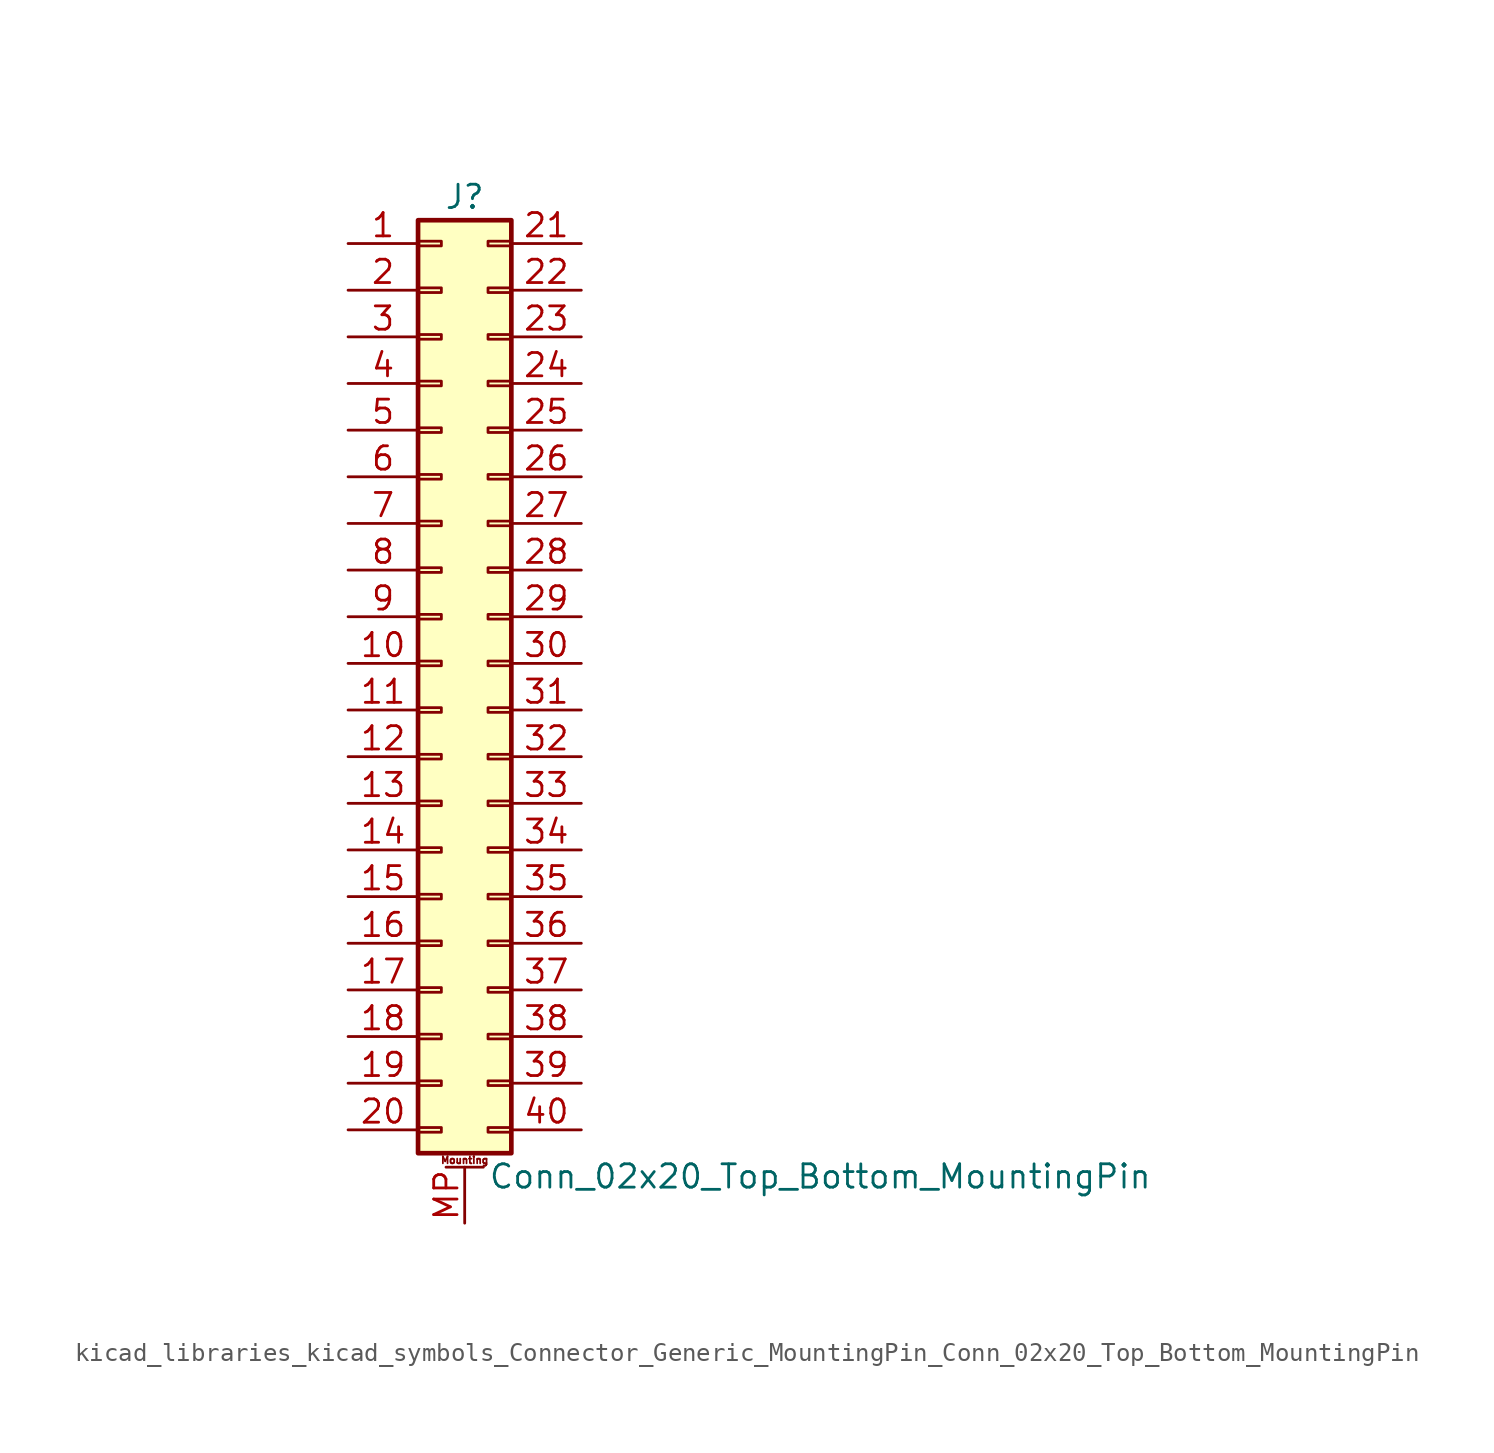
<source format=kicad_sym>
(kicad_symbol_lib
  (version 20220914)
  (generator kicad_symbol_editor)
  (symbol "kicad_libraries_kicad_symbols_Connector_Generic_MountingPin_Conn_02x20_Top_Bottom_MountingPin"
    (pin_names
      (offset 1.016) hide)
    (property "Reference" "J"
      (at 1.27 25.4 0)
      (effects (font (size 1.27 1.27))))
    (property "Value" "Conn_02x20_Top_Bottom_MountingPin"
      (at 2.54 -27.94 0)
      (effects (font (size 1.27 1.27)) (justify left)))
    (symbol "kicad_libraries_kicad_symbols_Connector_Generic_MountingPin_Conn_02x20_Top_Bottom_MountingPin_1_1"
      (rectangle (start -1.27 -25.273) (end 0 -25.527) (stroke (width 0.152) (type default)) (fill (type none)))
      (rectangle (start -1.27 -22.733) (end 0 -22.987) (stroke (width 0.152) (type default)) (fill (type none)))
      (rectangle (start -1.27 -20.193) (end 0 -20.447) (stroke (width 0.152) (type default)) (fill (type none)))
      (rectangle (start -1.27 -17.653) (end 0 -17.907) (stroke (width 0.152) (type default)) (fill (type none)))
      (rectangle (start -1.27 -15.113) (end 0 -15.367) (stroke (width 0.152) (type default)) (fill (type none)))
      (rectangle (start -1.27 -12.573) (end 0 -12.827) (stroke (width 0.152) (type default)) (fill (type none)))
      (rectangle (start -1.27 -10.033) (end 0 -10.287) (stroke (width 0.152) (type default)) (fill (type none)))
      (rectangle (start -1.27 -7.493) (end 0 -7.747) (stroke (width 0.152) (type default)) (fill (type none)))
      (rectangle (start -1.27 -4.953) (end 0 -5.207) (stroke (width 0.152) (type default)) (fill (type none)))
      (rectangle (start -1.27 -2.413) (end 0 -2.667) (stroke (width 0.152) (type default)) (fill (type none)))
      (rectangle (start -1.27 0.127) (end 0 -0.127) (stroke (width 0.152) (type default)) (fill (type none)))
      (rectangle (start -1.27 2.667) (end 0 2.413) (stroke (width 0.152) (type default)) (fill (type none)))
      (rectangle (start -1.27 5.207) (end 0 4.953) (stroke (width 0.152) (type default)) (fill (type none)))
      (rectangle (start -1.27 7.747) (end 0 7.493) (stroke (width 0.152) (type default)) (fill (type none)))
      (rectangle (start -1.27 10.287) (end 0 10.033) (stroke (width 0.152) (type default)) (fill (type none)))
      (rectangle (start -1.27 12.827) (end 0 12.573) (stroke (width 0.152) (type default)) (fill (type none)))
      (rectangle (start -1.27 15.367) (end 0 15.113) (stroke (width 0.152) (type default)) (fill (type none)))
      (rectangle (start -1.27 17.907) (end 0 17.653) (stroke (width 0.152) (type default)) (fill (type none)))
      (rectangle (start -1.27 20.447) (end 0 20.193) (stroke (width 0.152) (type default)) (fill (type none)))
      (rectangle (start -1.27 22.987) (end 0 22.733) (stroke (width 0.152) (type default)) (fill (type none)))
      (rectangle (start -1.27 24.13) (end 3.81 -26.67) (stroke (width 0.254) (type default)) (fill (type background)))
      (polyline (pts (xy 0.254 -27.432) (xy 2.286 -27.432)) (stroke (width 0.152) (type default)) (fill (type none)))
      (rectangle (start 3.81 -25.273) (end 2.54 -25.527) (stroke (width 0.152) (type default)) (fill (type none)))
      (rectangle (start 3.81 -22.733) (end 2.54 -22.987) (stroke (width 0.152) (type default)) (fill (type none)))
      (rectangle (start 3.81 -20.193) (end 2.54 -20.447) (stroke (width 0.152) (type default)) (fill (type none)))
      (rectangle (start 3.81 -17.653) (end 2.54 -17.907) (stroke (width 0.152) (type default)) (fill (type none)))
      (rectangle (start 3.81 -15.113) (end 2.54 -15.367) (stroke (width 0.152) (type default)) (fill (type none)))
      (rectangle (start 3.81 -12.573) (end 2.54 -12.827) (stroke (width 0.152) (type default)) (fill (type none)))
      (rectangle (start 3.81 -10.033) (end 2.54 -10.287) (stroke (width 0.152) (type default)) (fill (type none)))
      (rectangle (start 3.81 -7.493) (end 2.54 -7.747) (stroke (width 0.152) (type default)) (fill (type none)))
      (rectangle (start 3.81 -4.953) (end 2.54 -5.207) (stroke (width 0.152) (type default)) (fill (type none)))
      (rectangle (start 3.81 -2.413) (end 2.54 -2.667) (stroke (width 0.152) (type default)) (fill (type none)))
      (rectangle (start 3.81 0.127) (end 2.54 -0.127) (stroke (width 0.152) (type default)) (fill (type none)))
      (rectangle (start 3.81 2.667) (end 2.54 2.413) (stroke (width 0.152) (type default)) (fill (type none)))
      (rectangle (start 3.81 5.207) (end 2.54 4.953) (stroke (width 0.152) (type default)) (fill (type none)))
      (rectangle (start 3.81 7.747) (end 2.54 7.493) (stroke (width 0.152) (type default)) (fill (type none)))
      (rectangle (start 3.81 10.287) (end 2.54 10.033) (stroke (width 0.152) (type default)) (fill (type none)))
      (rectangle (start 3.81 12.827) (end 2.54 12.573) (stroke (width 0.152) (type default)) (fill (type none)))
      (rectangle (start 3.81 15.367) (end 2.54 15.113) (stroke (width 0.152) (type default)) (fill (type none)))
      (rectangle (start 3.81 17.907) (end 2.54 17.653) (stroke (width 0.152) (type default)) (fill (type none)))
      (rectangle (start 3.81 20.447) (end 2.54 20.193) (stroke (width 0.152) (type default)) (fill (type none)))
      (rectangle (start 3.81 22.987) (end 2.54 22.733) (stroke (width 0.152) (type default)) (fill (type none)))
      (text "Mounting" (at 1.27 -27.051 0) (effects (font (size 0.381 0.381))))
      (pin passive line (at -5.08 22.86 0) (length 3.81) (name "Pin_1" (effects (font (size 1.27 1.27)))) (number "1" (effects (font (size 1.27 1.27)))))
      (pin passive line (at -5.08 0 0) (length 3.81) (name "Pin_10" (effects (font (size 1.27 1.27)))) (number "10" (effects (font (size 1.27 1.27)))))
      (pin passive line (at -5.08 -2.54 0) (length 3.81) (name "Pin_11" (effects (font (size 1.27 1.27)))) (number "11" (effects (font (size 1.27 1.27)))))
      (pin passive line (at -5.08 -5.08 0) (length 3.81) (name "Pin_12" (effects (font (size 1.27 1.27)))) (number "12" (effects (font (size 1.27 1.27)))))
      (pin passive line (at -5.08 -7.62 0) (length 3.81) (name "Pin_13" (effects (font (size 1.27 1.27)))) (number "13" (effects (font (size 1.27 1.27)))))
      (pin passive line (at -5.08 -10.16 0) (length 3.81) (name "Pin_14" (effects (font (size 1.27 1.27)))) (number "14" (effects (font (size 1.27 1.27)))))
      (pin passive line (at -5.08 -12.7 0) (length 3.81) (name "Pin_15" (effects (font (size 1.27 1.27)))) (number "15" (effects (font (size 1.27 1.27)))))
      (pin passive line (at -5.08 -15.24 0) (length 3.81) (name "Pin_16" (effects (font (size 1.27 1.27)))) (number "16" (effects (font (size 1.27 1.27)))))
      (pin passive line (at -5.08 -17.78 0) (length 3.81) (name "Pin_17" (effects (font (size 1.27 1.27)))) (number "17" (effects (font (size 1.27 1.27)))))
      (pin passive line (at -5.08 -20.32 0) (length 3.81) (name "Pin_18" (effects (font (size 1.27 1.27)))) (number "18" (effects (font (size 1.27 1.27)))))
      (pin passive line (at -5.08 -22.86 0) (length 3.81) (name "Pin_19" (effects (font (size 1.27 1.27)))) (number "19" (effects (font (size 1.27 1.27)))))
      (pin passive line (at -5.08 20.32 0) (length 3.81) (name "Pin_2" (effects (font (size 1.27 1.27)))) (number "2" (effects (font (size 1.27 1.27)))))
      (pin passive line (at -5.08 -25.4 0) (length 3.81) (name "Pin_20" (effects (font (size 1.27 1.27)))) (number "20" (effects (font (size 1.27 1.27)))))
      (pin passive line (at 7.62 22.86 180) (length 3.81) (name "Pin_21" (effects (font (size 1.27 1.27)))) (number "21" (effects (font (size 1.27 1.27)))))
      (pin passive line (at 7.62 20.32 180) (length 3.81) (name "Pin_22" (effects (font (size 1.27 1.27)))) (number "22" (effects (font (size 1.27 1.27)))))
      (pin passive line (at 7.62 17.78 180) (length 3.81) (name "Pin_23" (effects (font (size 1.27 1.27)))) (number "23" (effects (font (size 1.27 1.27)))))
      (pin passive line (at 7.62 15.24 180) (length 3.81) (name "Pin_24" (effects (font (size 1.27 1.27)))) (number "24" (effects (font (size 1.27 1.27)))))
      (pin passive line (at 7.62 12.7 180) (length 3.81) (name "Pin_25" (effects (font (size 1.27 1.27)))) (number "25" (effects (font (size 1.27 1.27)))))
      (pin passive line (at 7.62 10.16 180) (length 3.81) (name "Pin_26" (effects (font (size 1.27 1.27)))) (number "26" (effects (font (size 1.27 1.27)))))
      (pin passive line (at 7.62 7.62 180) (length 3.81) (name "Pin_27" (effects (font (size 1.27 1.27)))) (number "27" (effects (font (size 1.27 1.27)))))
      (pin passive line (at 7.62 5.08 180) (length 3.81) (name "Pin_28" (effects (font (size 1.27 1.27)))) (number "28" (effects (font (size 1.27 1.27)))))
      (pin passive line (at 7.62 2.54 180) (length 3.81) (name "Pin_29" (effects (font (size 1.27 1.27)))) (number "29" (effects (font (size 1.27 1.27)))))
      (pin passive line (at -5.08 17.78 0) (length 3.81) (name "Pin_3" (effects (font (size 1.27 1.27)))) (number "3" (effects (font (size 1.27 1.27)))))
      (pin passive line (at 7.62 0 180) (length 3.81) (name "Pin_30" (effects (font (size 1.27 1.27)))) (number "30" (effects (font (size 1.27 1.27)))))
      (pin passive line (at 7.62 -2.54 180) (length 3.81) (name "Pin_31" (effects (font (size 1.27 1.27)))) (number "31" (effects (font (size 1.27 1.27)))))
      (pin passive line (at 7.62 -5.08 180) (length 3.81) (name "Pin_32" (effects (font (size 1.27 1.27)))) (number "32" (effects (font (size 1.27 1.27)))))
      (pin passive line (at 7.62 -7.62 180) (length 3.81) (name "Pin_33" (effects (font (size 1.27 1.27)))) (number "33" (effects (font (size 1.27 1.27)))))
      (pin passive line (at 7.62 -10.16 180) (length 3.81) (name "Pin_34" (effects (font (size 1.27 1.27)))) (number "34" (effects (font (size 1.27 1.27)))))
      (pin passive line (at 7.62 -12.7 180) (length 3.81) (name "Pin_35" (effects (font (size 1.27 1.27)))) (number "35" (effects (font (size 1.27 1.27)))))
      (pin passive line (at 7.62 -15.24 180) (length 3.81) (name "Pin_36" (effects (font (size 1.27 1.27)))) (number "36" (effects (font (size 1.27 1.27)))))
      (pin passive line (at 7.62 -17.78 180) (length 3.81) (name "Pin_37" (effects (font (size 1.27 1.27)))) (number "37" (effects (font (size 1.27 1.27)))))
      (pin passive line (at 7.62 -20.32 180) (length 3.81) (name "Pin_38" (effects (font (size 1.27 1.27)))) (number "38" (effects (font (size 1.27 1.27)))))
      (pin passive line (at 7.62 -22.86 180) (length 3.81) (name "Pin_39" (effects (font (size 1.27 1.27)))) (number "39" (effects (font (size 1.27 1.27)))))
      (pin passive line (at -5.08 15.24 0) (length 3.81) (name "Pin_4" (effects (font (size 1.27 1.27)))) (number "4" (effects (font (size 1.27 1.27)))))
      (pin passive line (at 7.62 -25.4 180) (length 3.81) (name "Pin_40" (effects (font (size 1.27 1.27)))) (number "40" (effects (font (size 1.27 1.27)))))
      (pin passive line (at -5.08 12.7 0) (length 3.81) (name "Pin_5" (effects (font (size 1.27 1.27)))) (number "5" (effects (font (size 1.27 1.27)))))
      (pin passive line (at -5.08 10.16 0) (length 3.81) (name "Pin_6" (effects (font (size 1.27 1.27)))) (number "6" (effects (font (size 1.27 1.27)))))
      (pin passive line (at -5.08 7.62 0) (length 3.81) (name "Pin_7" (effects (font (size 1.27 1.27)))) (number "7" (effects (font (size 1.27 1.27)))))
      (pin passive line (at -5.08 5.08 0) (length 3.81) (name "Pin_8" (effects (font (size 1.27 1.27)))) (number "8" (effects (font (size 1.27 1.27)))))
      (pin passive line (at -5.08 2.54 0) (length 3.81) (name "Pin_9" (effects (font (size 1.27 1.27)))) (number "9" (effects (font (size 1.27 1.27)))))
      (pin passive line (at 1.27 -30.48 90) (length 3.048) (name "MountPin" (effects (font (size 1.27 1.27)))) (number "MP" (effects (font (size 1.27 1.27))))))))
</source>
